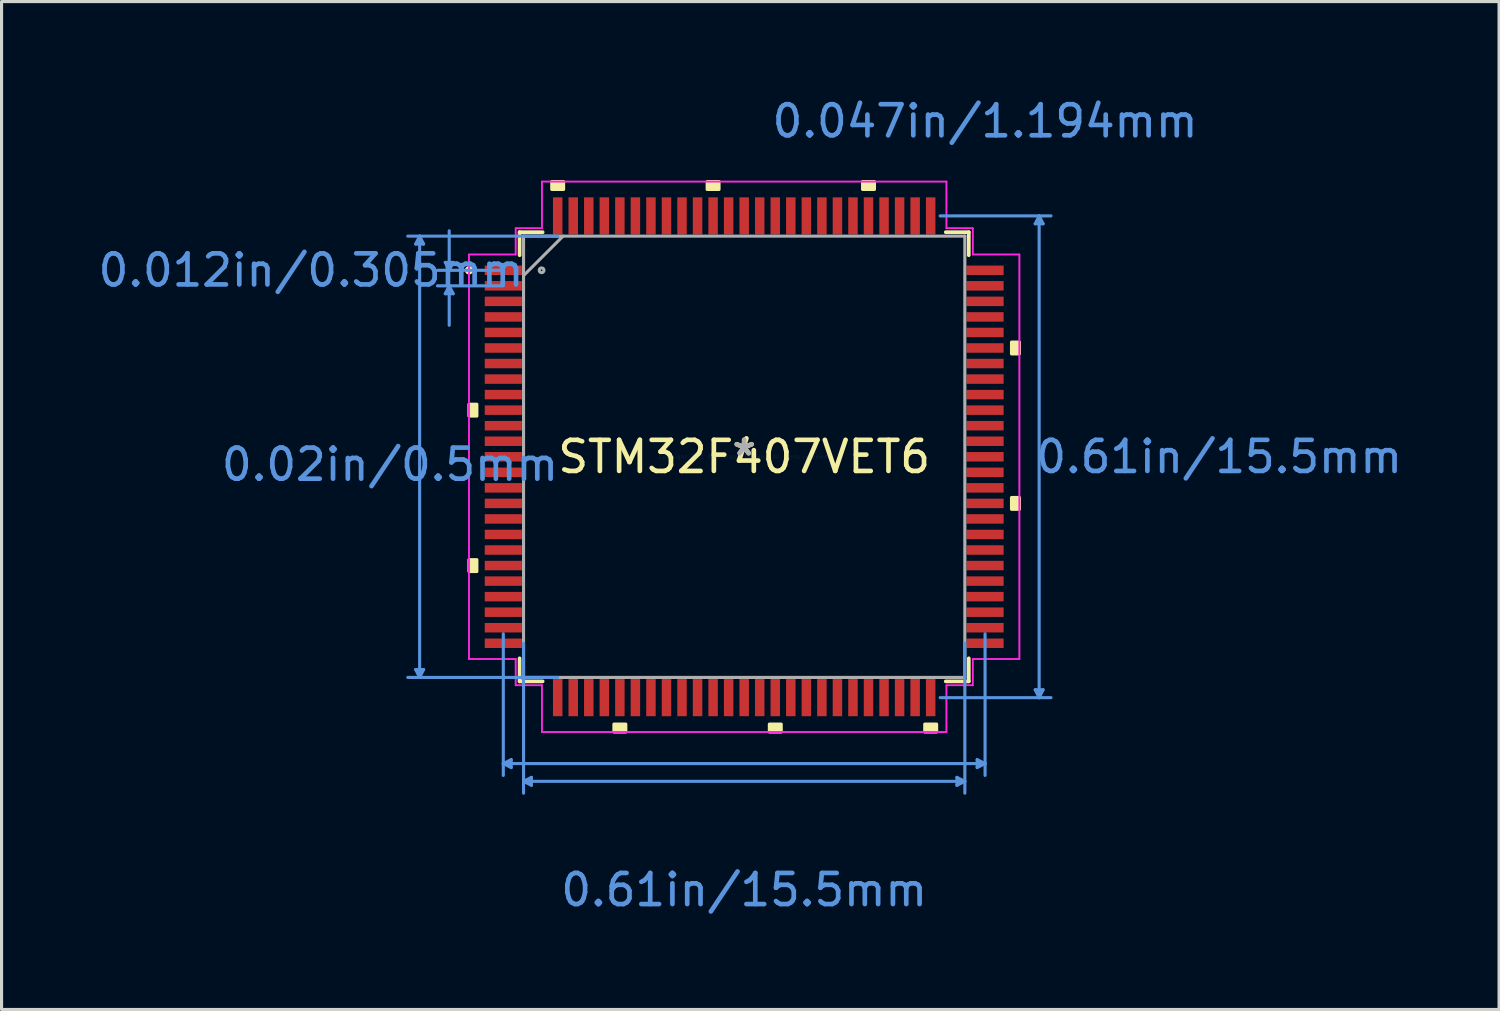
<source format=kicad_pcb>
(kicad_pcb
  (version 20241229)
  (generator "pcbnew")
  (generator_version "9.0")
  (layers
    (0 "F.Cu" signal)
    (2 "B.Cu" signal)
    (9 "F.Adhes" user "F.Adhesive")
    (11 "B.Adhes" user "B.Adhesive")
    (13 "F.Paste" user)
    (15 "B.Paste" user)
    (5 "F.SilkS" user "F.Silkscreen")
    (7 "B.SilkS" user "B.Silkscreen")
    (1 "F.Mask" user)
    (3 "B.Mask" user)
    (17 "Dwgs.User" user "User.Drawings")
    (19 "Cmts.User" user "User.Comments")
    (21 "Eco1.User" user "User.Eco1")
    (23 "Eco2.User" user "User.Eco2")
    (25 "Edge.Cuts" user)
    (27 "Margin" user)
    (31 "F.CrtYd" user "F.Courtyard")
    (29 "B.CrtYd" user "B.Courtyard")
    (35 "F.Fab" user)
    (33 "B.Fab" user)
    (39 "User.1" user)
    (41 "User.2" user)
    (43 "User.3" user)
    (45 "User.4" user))
  (footprint "STM32F407VET6"
    (layer "F.Cu")
    (at 20.893 11.646)
    (property "Reference" "STM32F407VET6" (at 0 0 0) (layer "F.SilkS") (effects (font (size 1 1) (thickness 0.15))))
    (attr through_hole)
    (fp_line (start -7.226 -7.226) (end -7.226 -6.485) (stroke (width 0.12) (type solid)) (layer "F.SilkS"))
    (fp_line (start -7.226 6.485) (end -7.226 7.226) (stroke (width 0.12) (type solid)) (layer "F.SilkS"))
    (fp_line (start -7.226 7.226) (end -6.485 7.226) (stroke (width 0.12) (type solid)) (layer "F.SilkS"))
    (fp_line (start -6.485 -7.226) (end -7.226 -7.226) (stroke (width 0.12) (type solid)) (layer "F.SilkS"))
    (fp_line (start 6.485 7.226) (end 7.226 7.226) (stroke (width 0.12) (type solid)) (layer "F.SilkS"))
    (fp_line (start 7.226 -7.226) (end 6.485 -7.226) (stroke (width 0.12) (type solid)) (layer "F.SilkS"))
    (fp_line (start 7.226 -6.485) (end 7.226 -7.226) (stroke (width 0.12) (type solid)) (layer "F.SilkS"))
    (fp_line (start 7.226 7.226) (end 7.226 6.485) (stroke (width 0.12) (type solid)) (layer "F.SilkS"))
    (fp_circle (center -8.851 -6) (end -8.775 -6) (stroke (width 0.12) (type solid)) (fill no) (layer "F.SilkS"))
    (fp_poly (pts (xy -8.855 -1.69) (xy -8.855 -1.31) (xy -8.601 -1.31) (xy -8.601 -1.69)) (stroke (width 0.1) (type solid)) (fill yes) (layer "F.SilkS"))
    (fp_poly (pts (xy -8.855 3.31) (xy -8.855 3.691) (xy -8.601 3.691) (xy -8.601 3.31)) (stroke (width 0.1) (type solid)) (fill yes) (layer "F.SilkS"))
    (fp_poly (pts (xy -6.191 -8.601) (xy -6.191 -8.855) (xy -5.81 -8.855) (xy -5.81 -8.601)) (stroke (width 0.1) (type solid)) (fill yes) (layer "F.SilkS"))
    (fp_poly (pts (xy -4.191 8.601) (xy -4.191 8.855) (xy -3.809 8.855) (xy -3.809 8.601)) (stroke (width 0.1) (type solid)) (fill yes) (layer "F.SilkS"))
    (fp_poly (pts (xy -1.191 -8.601) (xy -1.191 -8.855) (xy -0.81 -8.855) (xy -0.81 -8.601)) (stroke (width 0.1) (type solid)) (fill yes) (layer "F.SilkS"))
    (fp_poly (pts (xy 0.81 8.601) (xy 0.81 8.855) (xy 1.191 8.855) (xy 1.191 8.601)) (stroke (width 0.1) (type solid)) (fill yes) (layer "F.SilkS"))
    (fp_poly (pts (xy 3.809 -8.601) (xy 3.809 -8.855) (xy 4.191 -8.855) (xy 4.191 -8.601)) (stroke (width 0.1) (type solid)) (fill yes) (layer "F.SilkS"))
    (fp_poly (pts (xy 5.81 8.601) (xy 5.81 8.855) (xy 6.191 8.855) (xy 6.191 8.601)) (stroke (width 0.1) (type solid)) (fill yes) (layer "F.SilkS"))
    (fp_poly (pts (xy 8.855 -3.691) (xy 8.855 -3.31) (xy 8.601 -3.31) (xy 8.601 -3.691)) (stroke (width 0.1) (type solid)) (fill yes) (layer "F.SilkS"))
    (fp_poly (pts (xy 8.855 1.31) (xy 8.855 1.69) (xy 8.601 1.69) (xy 8.601 1.31)) (stroke (width 0.1) (type solid)) (fill yes) (layer "F.SilkS"))
    (fp_line (start -10.569 -6.845) (end -10.315 -6.845) (stroke (width 0.1) (type solid)) (layer "Cmts.User"))
    (fp_line (start -10.569 6.845) (end -10.315 6.845) (stroke (width 0.1) (type solid)) (layer "Cmts.User"))
    (fp_line (start -10.442 -7.099) (end -10.569 -6.845) (stroke (width 0.1) (type solid)) (layer "Cmts.User"))
    (fp_line (start -10.442 -7.099) (end -10.442 7.099) (stroke (width 0.1) (type solid)) (layer "Cmts.User"))
    (fp_line (start -10.442 -7.099) (end -10.315 -6.845) (stroke (width 0.1) (type solid)) (layer "Cmts.User"))
    (fp_line (start -10.442 7.099) (end -10.569 6.845) (stroke (width 0.1) (type solid)) (layer "Cmts.User"))
    (fp_line (start -10.442 7.099) (end -10.315 6.845) (stroke (width 0.1) (type solid)) (layer "Cmts.User"))
    (fp_line (start -9.617 -6.254) (end -9.363 -6.254) (stroke (width 0.1) (type solid)) (layer "Cmts.User"))
    (fp_line (start -9.617 -5.246) (end -9.363 -5.246) (stroke (width 0.1) (type solid)) (layer "Cmts.User"))
    (fp_line (start -9.49 -6) (end -9.617 -6.254) (stroke (width 0.1) (type solid)) (layer "Cmts.User"))
    (fp_line (start -9.49 -6) (end -9.49 -7.27) (stroke (width 0.1) (type solid)) (layer "Cmts.User"))
    (fp_line (start -9.49 -6) (end -9.363 -6.254) (stroke (width 0.1) (type solid)) (layer "Cmts.User"))
    (fp_line (start -9.49 -5.5) (end -9.617 -5.246) (stroke (width 0.1) (type solid)) (layer "Cmts.User"))
    (fp_line (start -9.49 -5.5) (end -9.49 -4.23) (stroke (width 0.1) (type solid)) (layer "Cmts.User"))
    (fp_line (start -9.49 -5.5) (end -9.363 -5.246) (stroke (width 0.1) (type solid)) (layer "Cmts.User"))
    (fp_line (start -7.75 -6) (end -9.871 -6) (stroke (width 0.1) (type solid)) (layer "Cmts.User"))
    (fp_line (start -7.75 -5.5) (end -9.871 -5.5) (stroke (width 0.1) (type solid)) (layer "Cmts.User"))
    (fp_line (start -7.75 5.695) (end -7.75 10.252) (stroke (width 0.1) (type solid)) (layer "Cmts.User"))
    (fp_line (start -7.75 9.871) (end -7.496 9.744) (stroke (width 0.1) (type solid)) (layer "Cmts.User"))
    (fp_line (start -7.75 9.871) (end -7.496 9.998) (stroke (width 0.1) (type solid)) (layer "Cmts.User"))
    (fp_line (start -7.75 9.871) (end 7.75 9.871) (stroke (width 0.1) (type solid)) (layer "Cmts.User"))
    (fp_line (start -7.496 9.744) (end -7.496 9.998) (stroke (width 0.1) (type solid)) (layer "Cmts.User"))
    (fp_line (start -7.099 6) (end -7.099 10.823) (stroke (width 0.1) (type solid)) (layer "Cmts.User"))
    (fp_line (start -7.099 10.442) (end -6.845 10.315) (stroke (width 0.1) (type solid)) (layer "Cmts.User"))
    (fp_line (start -7.099 10.442) (end -6.845 10.569) (stroke (width 0.1) (type solid)) (layer "Cmts.User"))
    (fp_line (start -7.099 10.442) (end 7.099 10.442) (stroke (width 0.1) (type solid)) (layer "Cmts.User"))
    (fp_line (start -6.845 10.315) (end -6.845 10.569) (stroke (width 0.1) (type solid)) (layer "Cmts.User"))
    (fp_line (start -6 -7.099) (end -10.823 -7.099) (stroke (width 0.1) (type solid)) (layer "Cmts.User"))
    (fp_line (start -6 7.099) (end -10.823 7.099) (stroke (width 0.1) (type solid)) (layer "Cmts.User"))
    (fp_line (start 6.305 -7.75) (end 9.871 -7.75) (stroke (width 0.1) (type solid)) (layer "Cmts.User"))
    (fp_line (start 6.305 7.75) (end 9.871 7.75) (stroke (width 0.1) (type solid)) (layer "Cmts.User"))
    (fp_line (start 6.845 10.315) (end 6.845 10.569) (stroke (width 0.1) (type solid)) (layer "Cmts.User"))
    (fp_line (start 7.099 6) (end 7.099 10.823) (stroke (width 0.1) (type solid)) (layer "Cmts.User"))
    (fp_line (start 7.099 10.442) (end 6.845 10.315) (stroke (width 0.1) (type solid)) (layer "Cmts.User"))
    (fp_line (start 7.099 10.442) (end 6.845 10.569) (stroke (width 0.1) (type solid)) (layer "Cmts.User"))
    (fp_line (start 7.496 9.744) (end 7.496 9.998) (stroke (width 0.1) (type solid)) (layer "Cmts.User"))
    (fp_line (start 7.75 5.695) (end 7.75 10.252) (stroke (width 0.1) (type solid)) (layer "Cmts.User"))
    (fp_line (start 7.75 9.871) (end 7.496 9.744) (stroke (width 0.1) (type solid)) (layer "Cmts.User"))
    (fp_line (start 7.75 9.871) (end 7.496 9.998) (stroke (width 0.1) (type solid)) (layer "Cmts.User"))
    (fp_line (start 9.363 -7.496) (end 9.617 -7.496) (stroke (width 0.1) (type solid)) (layer "Cmts.User"))
    (fp_line (start 9.363 7.496) (end 9.617 7.496) (stroke (width 0.1) (type solid)) (layer "Cmts.User"))
    (fp_line (start 9.49 -7.75) (end 9.363 -7.496) (stroke (width 0.1) (type solid)) (layer "Cmts.User"))
    (fp_line (start 9.49 -7.75) (end 9.49 7.75) (stroke (width 0.1) (type solid)) (layer "Cmts.User"))
    (fp_line (start 9.49 -7.75) (end 9.617 -7.496) (stroke (width 0.1) (type solid)) (layer "Cmts.User"))
    (fp_line (start 9.49 7.75) (end 9.363 7.496) (stroke (width 0.1) (type solid)) (layer "Cmts.User"))
    (fp_line (start 9.49 7.75) (end 9.617 7.496) (stroke (width 0.1) (type solid)) (layer "Cmts.User"))
    (fp_line (start -8.855 -6.508) (end -7.353 -6.508) (stroke (width 0.05) (type solid)) (layer "F.CrtYd"))
    (fp_line (start -8.855 -6.508) (end -7.353 -6.508) (stroke (width 0.05) (type solid)) (layer "F.CrtYd"))
    (fp_line (start -8.855 6.508) (end -8.855 -6.508) (stroke (width 0.05) (type solid)) (layer "F.CrtYd"))
    (fp_line (start -8.855 6.508) (end -8.855 -6.508) (stroke (width 0.05) (type solid)) (layer "F.CrtYd"))
    (fp_line (start -7.353 -7.353) (end -6.508 -7.353) (stroke (width 0.05) (type solid)) (layer "F.CrtYd"))
    (fp_line (start -7.353 -7.353) (end -6.508 -7.353) (stroke (width 0.05) (type solid)) (layer "F.CrtYd"))
    (fp_line (start -7.353 -6.508) (end -7.353 -7.353) (stroke (width 0.05) (type solid)) (layer "F.CrtYd"))
    (fp_line (start -7.353 -6.508) (end -7.353 -7.353) (stroke (width 0.05) (type solid)) (layer "F.CrtYd"))
    (fp_line (start -7.353 6.508) (end -8.855 6.508) (stroke (width 0.05) (type solid)) (layer "F.CrtYd"))
    (fp_line (start -7.353 6.508) (end -8.855 6.508) (stroke (width 0.05) (type solid)) (layer "F.CrtYd"))
    (fp_line (start -7.353 7.353) (end -7.353 6.508) (stroke (width 0.05) (type solid)) (layer "F.CrtYd"))
    (fp_line (start -7.353 7.353) (end -7.353 6.508) (stroke (width 0.05) (type solid)) (layer "F.CrtYd"))
    (fp_line (start -6.508 -8.855) (end 6.508 -8.855) (stroke (width 0.05) (type solid)) (layer "F.CrtYd"))
    (fp_line (start -6.508 -8.855) (end 6.508 -8.855) (stroke (width 0.05) (type solid)) (layer "F.CrtYd"))
    (fp_line (start -6.508 -7.353) (end -6.508 -8.855) (stroke (width 0.05) (type solid)) (layer "F.CrtYd"))
    (fp_line (start -6.508 -7.353) (end -6.508 -8.855) (stroke (width 0.05) (type solid)) (layer "F.CrtYd"))
    (fp_line (start -6.508 7.353) (end -7.353 7.353) (stroke (width 0.05) (type solid)) (layer "F.CrtYd"))
    (fp_line (start -6.508 7.353) (end -7.353 7.353) (stroke (width 0.05) (type solid)) (layer "F.CrtYd"))
    (fp_line (start -6.508 8.855) (end -6.508 7.353) (stroke (width 0.05) (type solid)) (layer "F.CrtYd"))
    (fp_line (start -6.508 8.855) (end -6.508 7.353) (stroke (width 0.05) (type solid)) (layer "F.CrtYd"))
    (fp_line (start 6.508 -8.855) (end 6.508 -7.353) (stroke (width 0.05) (type solid)) (layer "F.CrtYd"))
    (fp_line (start 6.508 -8.855) (end 6.508 -7.353) (stroke (width 0.05) (type solid)) (layer "F.CrtYd"))
    (fp_line (start 6.508 -7.353) (end 7.353 -7.353) (stroke (width 0.05) (type solid)) (layer "F.CrtYd"))
    (fp_line (start 6.508 -7.353) (end 7.353 -7.353) (stroke (width 0.05) (type solid)) (layer "F.CrtYd"))
    (fp_line (start 6.508 7.353) (end 6.508 8.855) (stroke (width 0.05) (type solid)) (layer "F.CrtYd"))
    (fp_line (start 6.508 7.353) (end 6.508 8.855) (stroke (width 0.05) (type solid)) (layer "F.CrtYd"))
    (fp_line (start 6.508 8.855) (end -6.508 8.855) (stroke (width 0.05) (type solid)) (layer "F.CrtYd"))
    (fp_line (start 6.508 8.855) (end -6.508 8.855) (stroke (width 0.05) (type solid)) (layer "F.CrtYd"))
    (fp_line (start 7.353 -7.353) (end 7.353 -6.508) (stroke (width 0.05) (type solid)) (layer "F.CrtYd"))
    (fp_line (start 7.353 -7.353) (end 7.353 -6.508) (stroke (width 0.05) (type solid)) (layer "F.CrtYd"))
    (fp_line (start 7.353 -6.508) (end 8.855 -6.508) (stroke (width 0.05) (type solid)) (layer "F.CrtYd"))
    (fp_line (start 7.353 -6.508) (end 8.855 -6.508) (stroke (width 0.05) (type solid)) (layer "F.CrtYd"))
    (fp_line (start 7.353 6.508) (end 7.353 7.353) (stroke (width 0.05) (type solid)) (layer "F.CrtYd"))
    (fp_line (start 7.353 6.508) (end 7.353 7.353) (stroke (width 0.05) (type solid)) (layer "F.CrtYd"))
    (fp_line (start 7.353 7.353) (end 6.508 7.353) (stroke (width 0.05) (type solid)) (layer "F.CrtYd"))
    (fp_line (start 7.353 7.353) (end 6.508 7.353) (stroke (width 0.05) (type solid)) (layer "F.CrtYd"))
    (fp_line (start 8.855 -6.508) (end 8.855 6.508) (stroke (width 0.05) (type solid)) (layer "F.CrtYd"))
    (fp_line (start 8.855 -6.508) (end 8.855 6.508) (stroke (width 0.05) (type solid)) (layer "F.CrtYd"))
    (fp_line (start 8.855 6.508) (end 7.353 6.508) (stroke (width 0.05) (type solid)) (layer "F.CrtYd"))
    (fp_line (start 8.855 6.508) (end 7.353 6.508) (stroke (width 0.05) (type solid)) (layer "F.CrtYd"))
    (fp_line (start -7.099 -7.099) (end -7.099 7.099) (stroke (width 0.1) (type solid)) (layer "F.Fab"))
    (fp_line (start -7.099 -5.829) (end -5.829 -7.099) (stroke (width 0.1) (type solid)) (layer "F.Fab"))
    (fp_line (start -7.099 7.099) (end 7.099 7.099) (stroke (width 0.1) (type solid)) (layer "F.Fab"))
    (fp_line (start 7.099 -7.099) (end -7.099 -7.099) (stroke (width 0.1) (type solid)) (layer "F.Fab"))
    (fp_line (start 7.099 7.099) (end 7.099 -7.099) (stroke (width 0.1) (type solid)) (layer "F.Fab"))
    (fp_circle (center -6.518 -6) (end -6.442 -6) (stroke (width 0.1) (type solid)) (fill no) (layer "F.Fab"))
    (fp_text user "*" (at 0 0 0) (layer "F.SilkS") (effects (font (size 1 1) (thickness 0.15))))
    (fp_text user "0.61in/15.5mm" (at 15.281 0 0) (layer "Cmts.User") (effects (font (size 1 1) (thickness 0.15))))
    (fp_text user "Copyright 2021 Accelerated Designs. All rights reserved." (at 0 0 0) (layer "Cmts.User") (effects (font (size 0.127 0.127) (thickness 0.002))))
    (fp_text user "0.61in/15.5mm" (at 0 13.935 0) (layer "Cmts.User") (effects (font (size 1 1) (thickness 0.15))))
    (fp_text user "0.047in/1.194mm" (at 7.75 -10.798 0) (layer "Cmts.User") (effects (font (size 1 1) (thickness 0.15))))
    (fp_text user "0.02in/0.5mm" (at -11.395 0.25 0) (layer "Cmts.User") (effects (font (size 1 1) (thickness 0.15))))
    (fp_text user "0.012in/0.305mm" (at -13.935 -6 0) (layer "Cmts.User") (effects (font (size 1 1) (thickness 0.15))))
    (fp_text user "*" (at 0 0 0) (layer "F.Fab") (effects (font (size 1 1) (thickness 0.15))))
    (pad "1" smd rect (at -7.75 -6) (size 1.194 0.305) (layers "F.Cu" "F.Mask" "F.Paste"))
    (pad "2" smd rect (at -7.75 -5.5) (size 1.194 0.305) (layers "F.Cu" "F.Mask" "F.Paste"))
    (pad "3" smd rect (at -7.75 -5) (size 1.194 0.305) (layers "F.Cu" "F.Mask" "F.Paste"))
    (pad "4" smd rect (at -7.75 -4.5) (size 1.194 0.305) (layers "F.Cu" "F.Mask" "F.Paste"))
    (pad "5" smd rect (at -7.75 -4) (size 1.194 0.305) (layers "F.Cu" "F.Mask" "F.Paste"))
    (pad "6" smd rect (at -7.75 -3.5) (size 1.194 0.305) (layers "F.Cu" "F.Mask" "F.Paste"))
    (pad "7" smd rect (at -7.75 -3) (size 1.194 0.305) (layers "F.Cu" "F.Mask" "F.Paste"))
    (pad "8" smd rect (at -7.75 -2.5) (size 1.194 0.305) (layers "F.Cu" "F.Mask" "F.Paste"))
    (pad "9" smd rect (at -7.75 -2) (size 1.194 0.305) (layers "F.Cu" "F.Mask" "F.Paste"))
    (pad "10" smd rect (at -7.75 -1.5) (size 1.194 0.305) (layers "F.Cu" "F.Mask" "F.Paste"))
    (pad "11" smd rect (at -7.75 -1) (size 1.194 0.305) (layers "F.Cu" "F.Mask" "F.Paste"))
    (pad "12" smd rect (at -7.75 -0.5) (size 1.194 0.305) (layers "F.Cu" "F.Mask" "F.Paste"))
    (pad "13" smd rect (at -7.75 0) (size 1.194 0.305) (layers "F.Cu" "F.Mask" "F.Paste"))
    (pad "14" smd rect (at -7.75 0.5) (size 1.194 0.305) (layers "F.Cu" "F.Mask" "F.Paste"))
    (pad "15" smd rect (at -7.75 1) (size 1.194 0.305) (layers "F.Cu" "F.Mask" "F.Paste"))
    (pad "16" smd rect (at -7.75 1.5) (size 1.194 0.305) (layers "F.Cu" "F.Mask" "F.Paste"))
    (pad "17" smd rect (at -7.75 2) (size 1.194 0.305) (layers "F.Cu" "F.Mask" "F.Paste"))
    (pad "18" smd rect (at -7.75 2.5) (size 1.194 0.305) (layers "F.Cu" "F.Mask" "F.Paste"))
    (pad "19" smd rect (at -7.75 3) (size 1.194 0.305) (layers "F.Cu" "F.Mask" "F.Paste"))
    (pad "20" smd rect (at -7.75 3.5) (size 1.194 0.305) (layers "F.Cu" "F.Mask" "F.Paste"))
    (pad "21" smd rect (at -7.75 4) (size 1.194 0.305) (layers "F.Cu" "F.Mask" "F.Paste"))
    (pad "22" smd rect (at -7.75 4.5) (size 1.194 0.305) (layers "F.Cu" "F.Mask" "F.Paste"))
    (pad "23" smd rect (at -7.75 5) (size 1.194 0.305) (layers "F.Cu" "F.Mask" "F.Paste"))
    (pad "24" smd rect (at -7.75 5.5) (size 1.194 0.305) (layers "F.Cu" "F.Mask" "F.Paste"))
    (pad "25" smd rect (at -7.75 6) (size 1.194 0.305) (layers "F.Cu" "F.Mask" "F.Paste"))
    (pad "26" smd rect (at -6 7.75 90) (size 1.194 0.305) (layers "F.Cu" "F.Mask" "F.Paste"))
    (pad "27" smd rect (at -5.5 7.75 90) (size 1.194 0.305) (layers "F.Cu" "F.Mask" "F.Paste"))
    (pad "28" smd rect (at -5 7.75 90) (size 1.194 0.305) (layers "F.Cu" "F.Mask" "F.Paste"))
    (pad "29" smd rect (at -4.5 7.75 90) (size 1.194 0.305) (layers "F.Cu" "F.Mask" "F.Paste"))
    (pad "30" smd rect (at -4 7.75 90) (size 1.194 0.305) (layers "F.Cu" "F.Mask" "F.Paste"))
    (pad "31" smd rect (at -3.5 7.75 90) (size 1.194 0.305) (layers "F.Cu" "F.Mask" "F.Paste"))
    (pad "32" smd rect (at -3 7.75 90) (size 1.194 0.305) (layers "F.Cu" "F.Mask" "F.Paste"))
    (pad "33" smd rect (at -2.5 7.75 90) (size 1.194 0.305) (layers "F.Cu" "F.Mask" "F.Paste"))
    (pad "34" smd rect (at -2 7.75 90) (size 1.194 0.305) (layers "F.Cu" "F.Mask" "F.Paste"))
    (pad "35" smd rect (at -1.5 7.75 90) (size 1.194 0.305) (layers "F.Cu" "F.Mask" "F.Paste"))
    (pad "36" smd rect (at -1 7.75 90) (size 1.194 0.305) (layers "F.Cu" "F.Mask" "F.Paste"))
    (pad "37" smd rect (at -0.5 7.75 90) (size 1.194 0.305) (layers "F.Cu" "F.Mask" "F.Paste"))
    (pad "38" smd rect (at 0 7.75 90) (size 1.194 0.305) (layers "F.Cu" "F.Mask" "F.Paste"))
    (pad "39" smd rect (at 0.5 7.75 90) (size 1.194 0.305) (layers "F.Cu" "F.Mask" "F.Paste"))
    (pad "40" smd rect (at 1 7.75 90) (size 1.194 0.305) (layers "F.Cu" "F.Mask" "F.Paste"))
    (pad "41" smd rect (at 1.5 7.75 90) (size 1.194 0.305) (layers "F.Cu" "F.Mask" "F.Paste"))
    (pad "42" smd rect (at 2 7.75 90) (size 1.194 0.305) (layers "F.Cu" "F.Mask" "F.Paste"))
    (pad "43" smd rect (at 2.5 7.75 90) (size 1.194 0.305) (layers "F.Cu" "F.Mask" "F.Paste"))
    (pad "44" smd rect (at 3 7.75 90) (size 1.194 0.305) (layers "F.Cu" "F.Mask" "F.Paste"))
    (pad "45" smd rect (at 3.5 7.75 90) (size 1.194 0.305) (layers "F.Cu" "F.Mask" "F.Paste"))
    (pad "46" smd rect (at 4 7.75 90) (size 1.194 0.305) (layers "F.Cu" "F.Mask" "F.Paste"))
    (pad "47" smd rect (at 4.5 7.75 90) (size 1.194 0.305) (layers "F.Cu" "F.Mask" "F.Paste"))
    (pad "48" smd rect (at 5 7.75 90) (size 1.194 0.305) (layers "F.Cu" "F.Mask" "F.Paste"))
    (pad "49" smd rect (at 5.5 7.75 90) (size 1.194 0.305) (layers "F.Cu" "F.Mask" "F.Paste"))
    (pad "50" smd rect (at 6 7.75 90) (size 1.194 0.305) (layers "F.Cu" "F.Mask" "F.Paste"))
    (pad "51" smd rect (at 7.75 6) (size 1.194 0.305) (layers "F.Cu" "F.Mask" "F.Paste"))
    (pad "52" smd rect (at 7.75 5.5) (size 1.194 0.305) (layers "F.Cu" "F.Mask" "F.Paste"))
    (pad "53" smd rect (at 7.75 5) (size 1.194 0.305) (layers "F.Cu" "F.Mask" "F.Paste"))
    (pad "54" smd rect (at 7.75 4.5) (size 1.194 0.305) (layers "F.Cu" "F.Mask" "F.Paste"))
    (pad "55" smd rect (at 7.75 4) (size 1.194 0.305) (layers "F.Cu" "F.Mask" "F.Paste"))
    (pad "56" smd rect (at 7.75 3.5) (size 1.194 0.305) (layers "F.Cu" "F.Mask" "F.Paste"))
    (pad "57" smd rect (at 7.75 3) (size 1.194 0.305) (layers "F.Cu" "F.Mask" "F.Paste"))
    (pad "58" smd rect (at 7.75 2.5) (size 1.194 0.305) (layers "F.Cu" "F.Mask" "F.Paste"))
    (pad "59" smd rect (at 7.75 2) (size 1.194 0.305) (layers "F.Cu" "F.Mask" "F.Paste"))
    (pad "60" smd rect (at 7.75 1.5) (size 1.194 0.305) (layers "F.Cu" "F.Mask" "F.Paste"))
    (pad "61" smd rect (at 7.75 1) (size 1.194 0.305) (layers "F.Cu" "F.Mask" "F.Paste"))
    (pad "62" smd rect (at 7.75 0.5) (size 1.194 0.305) (layers "F.Cu" "F.Mask" "F.Paste"))
    (pad "63" smd rect (at 7.75 0) (size 1.194 0.305) (layers "F.Cu" "F.Mask" "F.Paste"))
    (pad "64" smd rect (at 7.75 -0.5) (size 1.194 0.305) (layers "F.Cu" "F.Mask" "F.Paste"))
    (pad "65" smd rect (at 7.75 -1) (size 1.194 0.305) (layers "F.Cu" "F.Mask" "F.Paste"))
    (pad "66" smd rect (at 7.75 -1.5) (size 1.194 0.305) (layers "F.Cu" "F.Mask" "F.Paste"))
    (pad "67" smd rect (at 7.75 -2) (size 1.194 0.305) (layers "F.Cu" "F.Mask" "F.Paste"))
    (pad "68" smd rect (at 7.75 -2.5) (size 1.194 0.305) (layers "F.Cu" "F.Mask" "F.Paste"))
    (pad "69" smd rect (at 7.75 -3) (size 1.194 0.305) (layers "F.Cu" "F.Mask" "F.Paste"))
    (pad "70" smd rect (at 7.75 -3.5) (size 1.194 0.305) (layers "F.Cu" "F.Mask" "F.Paste"))
    (pad "71" smd rect (at 7.75 -4) (size 1.194 0.305) (layers "F.Cu" "F.Mask" "F.Paste"))
    (pad "72" smd rect (at 7.75 -4.5) (size 1.194 0.305) (layers "F.Cu" "F.Mask" "F.Paste"))
    (pad "73" smd rect (at 7.75 -5) (size 1.194 0.305) (layers "F.Cu" "F.Mask" "F.Paste"))
    (pad "74" smd rect (at 7.75 -5.5) (size 1.194 0.305) (layers "F.Cu" "F.Mask" "F.Paste"))
    (pad "75" smd rect (at 7.75 -6) (size 1.194 0.305) (layers "F.Cu" "F.Mask" "F.Paste"))
    (pad "76" smd rect (at 6 -7.75 90) (size 1.194 0.305) (layers "F.Cu" "F.Mask" "F.Paste"))
    (pad "77" smd rect (at 5.5 -7.75 90) (size 1.194 0.305) (layers "F.Cu" "F.Mask" "F.Paste"))
    (pad "78" smd rect (at 5 -7.75 90) (size 1.194 0.305) (layers "F.Cu" "F.Mask" "F.Paste"))
    (pad "79" smd rect (at 4.5 -7.75 90) (size 1.194 0.305) (layers "F.Cu" "F.Mask" "F.Paste"))
    (pad "80" smd rect (at 4 -7.75 90) (size 1.194 0.305) (layers "F.Cu" "F.Mask" "F.Paste"))
    (pad "81" smd rect (at 3.5 -7.75 90) (size 1.194 0.305) (layers "F.Cu" "F.Mask" "F.Paste"))
    (pad "82" smd rect (at 3 -7.75 90) (size 1.194 0.305) (layers "F.Cu" "F.Mask" "F.Paste"))
    (pad "83" smd rect (at 2.5 -7.75 90) (size 1.194 0.305) (layers "F.Cu" "F.Mask" "F.Paste"))
    (pad "84" smd rect (at 2 -7.75 90) (size 1.194 0.305) (layers "F.Cu" "F.Mask" "F.Paste"))
    (pad "85" smd rect (at 1.5 -7.75 90) (size 1.194 0.305) (layers "F.Cu" "F.Mask" "F.Paste"))
    (pad "86" smd rect (at 1 -7.75 90) (size 1.194 0.305) (layers "F.Cu" "F.Mask" "F.Paste"))
    (pad "87" smd rect (at 0.5 -7.75 90) (size 1.194 0.305) (layers "F.Cu" "F.Mask" "F.Paste"))
    (pad "88" smd rect (at 0 -7.75 90) (size 1.194 0.305) (layers "F.Cu" "F.Mask" "F.Paste"))
    (pad "89" smd rect (at -0.5 -7.75 90) (size 1.194 0.305) (layers "F.Cu" "F.Mask" "F.Paste"))
    (pad "90" smd rect (at -1 -7.75 90) (size 1.194 0.305) (layers "F.Cu" "F.Mask" "F.Paste"))
    (pad "91" smd rect (at -1.5 -7.75 90) (size 1.194 0.305) (layers "F.Cu" "F.Mask" "F.Paste"))
    (pad "92" smd rect (at -2 -7.75 90) (size 1.194 0.305) (layers "F.Cu" "F.Mask" "F.Paste"))
    (pad "93" smd rect (at -2.5 -7.75 90) (size 1.194 0.305) (layers "F.Cu" "F.Mask" "F.Paste"))
    (pad "94" smd rect (at -3 -7.75 90) (size 1.194 0.305) (layers "F.Cu" "F.Mask" "F.Paste"))
    (pad "95" smd rect (at -3.5 -7.75 90) (size 1.194 0.305) (layers "F.Cu" "F.Mask" "F.Paste"))
    (pad "96" smd rect (at -4 -7.75 90) (size 1.194 0.305) (layers "F.Cu" "F.Mask" "F.Paste"))
    (pad "97" smd rect (at -4.5 -7.75 90) (size 1.194 0.305) (layers "F.Cu" "F.Mask" "F.Paste"))
    (pad "98" smd rect (at -5 -7.75 90) (size 1.194 0.305) (layers "F.Cu" "F.Mask" "F.Paste"))
    (pad "99" smd rect (at -5.5 -7.75 90) (size 1.194 0.305) (layers "F.Cu" "F.Mask" "F.Paste"))
    (pad "100" smd rect (at -6 -7.75 90) (size 1.194 0.305) (layers "F.Cu" "F.Mask" "F.Paste")))
  (gr_rect
    (start -3 -3)
    (end 45.18 29.429)
    (stroke (width 0.1) (type default))
    (fill no)
    (layer "Edge.Cuts")))
</source>
